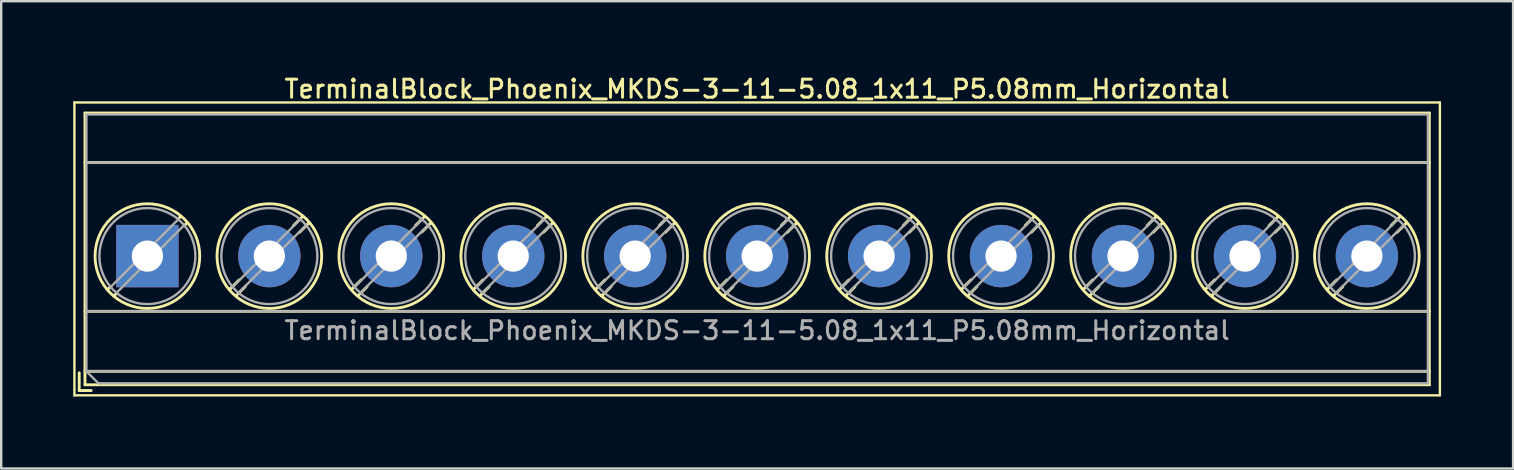
<source format=kicad_pcb>
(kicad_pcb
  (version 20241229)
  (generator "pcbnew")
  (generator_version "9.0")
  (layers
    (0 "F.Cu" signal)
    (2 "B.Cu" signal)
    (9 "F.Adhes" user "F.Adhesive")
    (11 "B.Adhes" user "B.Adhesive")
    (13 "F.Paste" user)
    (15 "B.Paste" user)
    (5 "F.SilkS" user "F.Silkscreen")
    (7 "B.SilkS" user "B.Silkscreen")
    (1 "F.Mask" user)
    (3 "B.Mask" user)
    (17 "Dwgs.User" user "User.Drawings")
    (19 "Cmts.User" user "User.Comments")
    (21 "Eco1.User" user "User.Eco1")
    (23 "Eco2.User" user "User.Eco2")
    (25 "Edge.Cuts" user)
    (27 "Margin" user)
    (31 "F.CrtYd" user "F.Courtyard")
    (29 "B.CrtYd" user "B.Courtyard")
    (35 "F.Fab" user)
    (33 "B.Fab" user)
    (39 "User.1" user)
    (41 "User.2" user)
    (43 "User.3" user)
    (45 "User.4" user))
  (footprint "TerminalBlock_Phoenix_MKDS-3-11-5.08_1x11_P5.08mm_Horizontal"
    (layer "F.Cu")
    (at 3.09 7.618)
    (property "Reference" "TerminalBlock_Phoenix_MKDS-3-11-5.08_1x11_P5.08mm_Horizontal" (at 25.4 -6.96 0) (layer "F.SilkS") (effects (font (size 0.75 0.75) (thickness 0.125))))
    (attr through_hole)
    (fp_line (start -3.04 -6.4) (end -3.04 5.8) (stroke (width 0.1) (type solid)) (layer "F.SilkS"))
    (fp_line (start -3.04 5.8) (end 53.84 5.8) (stroke (width 0.1) (type solid)) (layer "F.SilkS"))
    (fp_line (start -2.84 4.86) (end -2.84 5.6) (stroke (width 0.12) (type solid)) (layer "F.SilkS"))
    (fp_line (start -2.84 5.6) (end -2.34 5.6) (stroke (width 0.12) (type solid)) (layer "F.SilkS"))
    (fp_line (start -2.6 -5.96) (end -2.6 5.36) (stroke (width 0.12) (type solid)) (layer "F.SilkS"))
    (fp_line (start -2.6 -5.96) (end 53.4 -5.96) (stroke (width 0.12) (type solid)) (layer "F.SilkS"))
    (fp_line (start -2.6 -3.9) (end 53.4 -3.9) (stroke (width 0.12) (type solid)) (layer "F.SilkS"))
    (fp_line (start -2.6 2.3) (end 53.4 2.3) (stroke (width 0.12) (type solid)) (layer "F.SilkS"))
    (fp_line (start -2.6 4.8) (end 53.4 4.8) (stroke (width 0.12) (type solid)) (layer "F.SilkS"))
    (fp_line (start -2.6 5.36) (end 53.4 5.36) (stroke (width 0.12) (type solid)) (layer "F.SilkS"))
    (fp_line (start -1.548 1.281) (end -1.654 1.388) (stroke (width 0.12) (type solid)) (layer "F.SilkS"))
    (fp_line (start -1.282 1.547) (end -1.388 1.654) (stroke (width 0.12) (type solid)) (layer "F.SilkS"))
    (fp_line (start 1.388 -1.654) (end 1.281 -1.547) (stroke (width 0.12) (type solid)) (layer "F.SilkS"))
    (fp_line (start 1.654 -1.388) (end 1.547 -1.281) (stroke (width 0.12) (type solid)) (layer "F.SilkS"))
    (fp_line (start 3.822 0.992) (end 3.427 1.388) (stroke (width 0.12) (type solid)) (layer "F.SilkS"))
    (fp_line (start 4.073 1.274) (end 3.693 1.654) (stroke (width 0.12) (type solid)) (layer "F.SilkS"))
    (fp_line (start 6.468 -1.654) (end 6.088 -1.274) (stroke (width 0.12) (type solid)) (layer "F.SilkS"))
    (fp_line (start 6.734 -1.388) (end 6.339 -0.992) (stroke (width 0.12) (type solid)) (layer "F.SilkS"))
    (fp_line (start 8.902 0.992) (end 8.507 1.388) (stroke (width 0.12) (type solid)) (layer "F.SilkS"))
    (fp_line (start 9.153 1.274) (end 8.773 1.654) (stroke (width 0.12) (type solid)) (layer "F.SilkS"))
    (fp_line (start 11.548 -1.654) (end 11.168 -1.274) (stroke (width 0.12) (type solid)) (layer "F.SilkS"))
    (fp_line (start 11.814 -1.388) (end 11.419 -0.992) (stroke (width 0.12) (type solid)) (layer "F.SilkS"))
    (fp_line (start 13.982 0.992) (end 13.587 1.388) (stroke (width 0.12) (type solid)) (layer "F.SilkS"))
    (fp_line (start 14.233 1.274) (end 13.853 1.654) (stroke (width 0.12) (type solid)) (layer "F.SilkS"))
    (fp_line (start 16.628 -1.654) (end 16.248 -1.274) (stroke (width 0.12) (type solid)) (layer "F.SilkS"))
    (fp_line (start 16.894 -1.388) (end 16.499 -0.992) (stroke (width 0.12) (type solid)) (layer "F.SilkS"))
    (fp_line (start 19.062 0.992) (end 18.667 1.388) (stroke (width 0.12) (type solid)) (layer "F.SilkS"))
    (fp_line (start 19.313 1.274) (end 18.933 1.654) (stroke (width 0.12) (type solid)) (layer "F.SilkS"))
    (fp_line (start 21.708 -1.654) (end 21.328 -1.274) (stroke (width 0.12) (type solid)) (layer "F.SilkS"))
    (fp_line (start 21.974 -1.388) (end 21.579 -0.992) (stroke (width 0.12) (type solid)) (layer "F.SilkS"))
    (fp_line (start 24.142 0.992) (end 23.747 1.388) (stroke (width 0.12) (type solid)) (layer "F.SilkS"))
    (fp_line (start 24.393 1.274) (end 24.013 1.654) (stroke (width 0.12) (type solid)) (layer "F.SilkS"))
    (fp_line (start 26.788 -1.654) (end 26.408 -1.274) (stroke (width 0.12) (type solid)) (layer "F.SilkS"))
    (fp_line (start 27.054 -1.388) (end 26.659 -0.992) (stroke (width 0.12) (type solid)) (layer "F.SilkS"))
    (fp_line (start 29.222 0.992) (end 28.827 1.388) (stroke (width 0.12) (type solid)) (layer "F.SilkS"))
    (fp_line (start 29.473 1.274) (end 29.093 1.654) (stroke (width 0.12) (type solid)) (layer "F.SilkS"))
    (fp_line (start 31.868 -1.654) (end 31.488 -1.274) (stroke (width 0.12) (type solid)) (layer "F.SilkS"))
    (fp_line (start 32.134 -1.388) (end 31.739 -0.992) (stroke (width 0.12) (type solid)) (layer "F.SilkS"))
    (fp_line (start 34.302 0.992) (end 33.907 1.388) (stroke (width 0.12) (type solid)) (layer "F.SilkS"))
    (fp_line (start 34.553 1.274) (end 34.173 1.654) (stroke (width 0.12) (type solid)) (layer "F.SilkS"))
    (fp_line (start 36.948 -1.654) (end 36.568 -1.274) (stroke (width 0.12) (type solid)) (layer "F.SilkS"))
    (fp_line (start 37.214 -1.388) (end 36.819 -0.992) (stroke (width 0.12) (type solid)) (layer "F.SilkS"))
    (fp_line (start 39.382 0.992) (end 38.987 1.388) (stroke (width 0.12) (type solid)) (layer "F.SilkS"))
    (fp_line (start 39.633 1.274) (end 39.253 1.654) (stroke (width 0.12) (type solid)) (layer "F.SilkS"))
    (fp_line (start 42.028 -1.654) (end 41.648 -1.274) (stroke (width 0.12) (type solid)) (layer "F.SilkS"))
    (fp_line (start 42.294 -1.388) (end 41.899 -0.992) (stroke (width 0.12) (type solid)) (layer "F.SilkS"))
    (fp_line (start 44.462 0.992) (end 44.067 1.388) (stroke (width 0.12) (type solid)) (layer "F.SilkS"))
    (fp_line (start 44.713 1.274) (end 44.333 1.654) (stroke (width 0.12) (type solid)) (layer "F.SilkS"))
    (fp_line (start 47.108 -1.654) (end 46.728 -1.274) (stroke (width 0.12) (type solid)) (layer "F.SilkS"))
    (fp_line (start 47.374 -1.388) (end 46.979 -0.992) (stroke (width 0.12) (type solid)) (layer "F.SilkS"))
    (fp_line (start 49.542 0.992) (end 49.147 1.388) (stroke (width 0.12) (type solid)) (layer "F.SilkS"))
    (fp_line (start 49.793 1.274) (end 49.413 1.654) (stroke (width 0.12) (type solid)) (layer "F.SilkS"))
    (fp_line (start 52.188 -1.654) (end 51.808 -1.274) (stroke (width 0.12) (type solid)) (layer "F.SilkS"))
    (fp_line (start 52.454 -1.388) (end 52.059 -0.992) (stroke (width 0.12) (type solid)) (layer "F.SilkS"))
    (fp_line (start 53.4 -5.96) (end 53.4 5.36) (stroke (width 0.12) (type solid)) (layer "F.SilkS"))
    (fp_line (start 53.84 -6.4) (end -3.04 -6.4) (stroke (width 0.1) (type solid)) (layer "F.SilkS"))
    (fp_line (start 53.84 5.8) (end 53.84 -6.4) (stroke (width 0.1) (type solid)) (layer "F.SilkS"))
    (fp_circle (center 0 0) (end 2.18 0) (stroke (width 0.12) (type solid)) (fill no) (layer "F.SilkS"))
    (fp_circle (center 5.08 0) (end 7.26 0) (stroke (width 0.12) (type solid)) (fill no) (layer "F.SilkS"))
    (fp_circle (center 10.16 0) (end 12.34 0) (stroke (width 0.12) (type solid)) (fill no) (layer "F.SilkS"))
    (fp_circle (center 15.24 0) (end 17.42 0) (stroke (width 0.12) (type solid)) (fill no) (layer "F.SilkS"))
    (fp_circle (center 20.32 0) (end 22.5 0) (stroke (width 0.12) (type solid)) (fill no) (layer "F.SilkS"))
    (fp_circle (center 25.4 0) (end 27.58 0) (stroke (width 0.12) (type solid)) (fill no) (layer "F.SilkS"))
    (fp_circle (center 30.48 0) (end 32.66 0) (stroke (width 0.12) (type solid)) (fill no) (layer "F.SilkS"))
    (fp_circle (center 35.56 0) (end 37.74 0) (stroke (width 0.12) (type solid)) (fill no) (layer "F.SilkS"))
    (fp_circle (center 40.64 0) (end 42.82 0) (stroke (width 0.12) (type solid)) (fill no) (layer "F.SilkS"))
    (fp_circle (center 45.72 0) (end 47.9 0) (stroke (width 0.12) (type solid)) (fill no) (layer "F.SilkS"))
    (fp_circle (center 50.8 0) (end 52.98 0) (stroke (width 0.12) (type solid)) (fill no) (layer "F.SilkS"))
    (fp_line (start -2.54 -5.9) (end 53.34 -5.9) (stroke (width 0.1) (type solid)) (layer "F.Fab"))
    (fp_line (start -2.54 -3.9) (end 53.34 -3.9) (stroke (width 0.1) (type solid)) (layer "F.Fab"))
    (fp_line (start -2.54 2.3) (end 53.34 2.3) (stroke (width 0.1) (type solid)) (layer "F.Fab"))
    (fp_line (start -2.54 4.8) (end -2.54 -5.9) (stroke (width 0.1) (type solid)) (layer "F.Fab"))
    (fp_line (start -2.54 4.8) (end 53.34 4.8) (stroke (width 0.1) (type solid)) (layer "F.Fab"))
    (fp_line (start -2.04 5.3) (end -2.54 4.8) (stroke (width 0.1) (type solid)) (layer "F.Fab"))
    (fp_line (start 1.273 -1.517) (end -1.517 1.273) (stroke (width 0.1) (type solid)) (layer "F.Fab"))
    (fp_line (start 1.517 -1.273) (end -1.273 1.517) (stroke (width 0.1) (type solid)) (layer "F.Fab"))
    (fp_line (start 6.353 -1.517) (end 3.564 1.273) (stroke (width 0.1) (type solid)) (layer "F.Fab"))
    (fp_line (start 6.597 -1.273) (end 3.808 1.517) (stroke (width 0.1) (type solid)) (layer "F.Fab"))
    (fp_line (start 11.433 -1.517) (end 8.644 1.273) (stroke (width 0.1) (type solid)) (layer "F.Fab"))
    (fp_line (start 11.677 -1.273) (end 8.888 1.517) (stroke (width 0.1) (type solid)) (layer "F.Fab"))
    (fp_line (start 16.513 -1.517) (end 13.724 1.273) (stroke (width 0.1) (type solid)) (layer "F.Fab"))
    (fp_line (start 16.757 -1.273) (end 13.968 1.517) (stroke (width 0.1) (type solid)) (layer "F.Fab"))
    (fp_line (start 21.593 -1.517) (end 18.804 1.273) (stroke (width 0.1) (type solid)) (layer "F.Fab"))
    (fp_line (start 21.837 -1.273) (end 19.048 1.517) (stroke (width 0.1) (type solid)) (layer "F.Fab"))
    (fp_line (start 26.673 -1.517) (end 23.884 1.273) (stroke (width 0.1) (type solid)) (layer "F.Fab"))
    (fp_line (start 26.917 -1.273) (end 24.128 1.517) (stroke (width 0.1) (type solid)) (layer "F.Fab"))
    (fp_line (start 31.753 -1.517) (end 28.964 1.273) (stroke (width 0.1) (type solid)) (layer "F.Fab"))
    (fp_line (start 31.997 -1.273) (end 29.208 1.517) (stroke (width 0.1) (type solid)) (layer "F.Fab"))
    (fp_line (start 36.833 -1.517) (end 34.044 1.273) (stroke (width 0.1) (type solid)) (layer "F.Fab"))
    (fp_line (start 37.077 -1.273) (end 34.288 1.517) (stroke (width 0.1) (type solid)) (layer "F.Fab"))
    (fp_line (start 41.913 -1.517) (end 39.124 1.273) (stroke (width 0.1) (type solid)) (layer "F.Fab"))
    (fp_line (start 42.157 -1.273) (end 39.368 1.517) (stroke (width 0.1) (type solid)) (layer "F.Fab"))
    (fp_line (start 46.993 -1.517) (end 44.204 1.273) (stroke (width 0.1) (type solid)) (layer "F.Fab"))
    (fp_line (start 47.237 -1.273) (end 44.448 1.517) (stroke (width 0.1) (type solid)) (layer "F.Fab"))
    (fp_line (start 52.073 -1.517) (end 49.284 1.273) (stroke (width 0.1) (type solid)) (layer "F.Fab"))
    (fp_line (start 52.317 -1.273) (end 49.528 1.517) (stroke (width 0.1) (type solid)) (layer "F.Fab"))
    (fp_line (start 53.34 -5.9) (end 53.34 5.3) (stroke (width 0.1) (type solid)) (layer "F.Fab"))
    (fp_line (start 53.34 5.3) (end -2.04 5.3) (stroke (width 0.1) (type solid)) (layer "F.Fab"))
    (fp_circle (center 0 0) (end 2 0) (stroke (width 0.1) (type solid)) (fill no) (layer "F.Fab"))
    (fp_circle (center 5.08 0) (end 7.08 0) (stroke (width 0.1) (type solid)) (fill no) (layer "F.Fab"))
    (fp_circle (center 10.16 0) (end 12.16 0) (stroke (width 0.1) (type solid)) (fill no) (layer "F.Fab"))
    (fp_circle (center 15.24 0) (end 17.24 0) (stroke (width 0.1) (type solid)) (fill no) (layer "F.Fab"))
    (fp_circle (center 20.32 0) (end 22.32 0) (stroke (width 0.1) (type solid)) (fill no) (layer "F.Fab"))
    (fp_circle (center 25.4 0) (end 27.4 0) (stroke (width 0.1) (type solid)) (fill no) (layer "F.Fab"))
    (fp_circle (center 30.48 0) (end 32.48 0) (stroke (width 0.1) (type solid)) (fill no) (layer "F.Fab"))
    (fp_circle (center 35.56 0) (end 37.56 0) (stroke (width 0.1) (type solid)) (fill no) (layer "F.Fab"))
    (fp_circle (center 40.64 0) (end 42.64 0) (stroke (width 0.1) (type solid)) (fill no) (layer "F.Fab"))
    (fp_circle (center 45.72 0) (end 47.72 0) (stroke (width 0.1) (type solid)) (fill no) (layer "F.Fab"))
    (fp_circle (center 50.8 0) (end 52.8 0) (stroke (width 0.1) (type solid)) (fill no) (layer "F.Fab"))
    (fp_text user "${REFERENCE}" (at 25.4 3.1 0) (layer "F.Fab") (effects (font (size 0.75 0.75) (thickness 0.125))))
    (pad "1" thru_hole rect (at 0 0) (size 2.6 2.6) (drill 1.3) (layers "*.Cu" "*.Mask"))
    (pad "2" thru_hole circle (at 5.08 0) (size 2.6 2.6) (drill 1.3) (layers "*.Cu" "*.Mask"))
    (pad "3" thru_hole circle (at 10.16 0) (size 2.6 2.6) (drill 1.3) (layers "*.Cu" "*.Mask"))
    (pad "4" thru_hole circle (at 15.24 0) (size 2.6 2.6) (drill 1.3) (layers "*.Cu" "*.Mask"))
    (pad "5" thru_hole circle (at 20.32 0) (size 2.6 2.6) (drill 1.3) (layers "*.Cu" "*.Mask"))
    (pad "6" thru_hole circle (at 25.4 0) (size 2.6 2.6) (drill 1.3) (layers "*.Cu" "*.Mask"))
    (pad "7" thru_hole circle (at 30.48 0) (size 2.6 2.6) (drill 1.3) (layers "*.Cu" "*.Mask"))
    (pad "8" thru_hole circle (at 35.56 0) (size 2.6 2.6) (drill 1.3) (layers "*.Cu" "*.Mask"))
    (pad "9" thru_hole circle (at 40.64 0) (size 2.6 2.6) (drill 1.3) (layers "*.Cu" "*.Mask"))
    (pad "10" thru_hole circle (at 45.72 0) (size 2.6 2.6) (drill 1.3) (layers "*.Cu" "*.Mask"))
    (pad "11" thru_hole circle (at 50.8 0) (size 2.6 2.6) (drill 1.3) (layers "*.Cu" "*.Mask")))
  (gr_rect
    (start -3 -3)
    (end 59.98 16.468)
    (stroke (width 0.1) (type default))
    (fill no)
    (layer "Edge.Cuts")))
</source>
